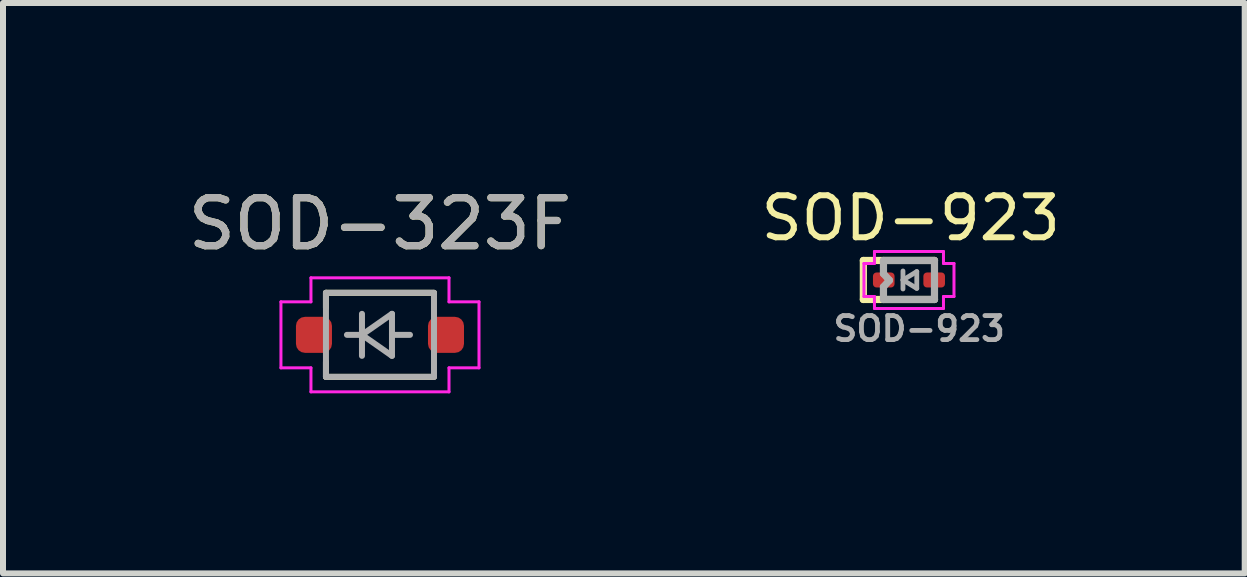
<source format=kicad_pcb>
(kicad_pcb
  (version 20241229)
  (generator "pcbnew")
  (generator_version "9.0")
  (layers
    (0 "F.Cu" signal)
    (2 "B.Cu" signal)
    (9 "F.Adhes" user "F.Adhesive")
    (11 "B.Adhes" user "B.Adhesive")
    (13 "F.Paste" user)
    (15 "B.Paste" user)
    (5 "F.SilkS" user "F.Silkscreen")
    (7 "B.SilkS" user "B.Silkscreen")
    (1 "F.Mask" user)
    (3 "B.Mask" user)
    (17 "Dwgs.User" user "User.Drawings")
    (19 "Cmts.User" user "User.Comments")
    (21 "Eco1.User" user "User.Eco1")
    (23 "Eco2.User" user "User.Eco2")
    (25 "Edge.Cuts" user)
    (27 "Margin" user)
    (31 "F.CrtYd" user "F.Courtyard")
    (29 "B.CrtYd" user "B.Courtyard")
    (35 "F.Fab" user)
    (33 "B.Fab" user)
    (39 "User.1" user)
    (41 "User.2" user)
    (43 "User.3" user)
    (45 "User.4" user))
  (footprint "SOD-323F"
    (layer "F.Cu")
    (at 3.281 2.529)
    (property "Reference" "SOD-323F" (at 0 -1.85 0) (layer "F.SilkS") (effects (font (size 0.8 0.8) (thickness 0.12))))
    (attr smd)
    (fp_line (start -0.9 -0.7) (end 0.9 -0.7) (stroke (width 0.1) (type solid)) (layer "F.SilkS"))
    (fp_line (start -0.9 -0.45) (end -0.9 -0.7) (stroke (width 0.1) (type solid)) (layer "F.SilkS"))
    (fp_line (start -0.9 0.7) (end -0.9 0.45) (stroke (width 0.1) (type solid)) (layer "F.SilkS"))
    (fp_line (start 0.9 0.7) (end -0.9 0.7) (stroke (width 0.1) (type solid)) (layer "F.SilkS"))
    (fp_line (start -1.65 -0.55) (end -1.15 -0.55) (stroke (width 0.05) (type solid)) (layer "F.CrtYd"))
    (fp_line (start -1.65 0.55) (end -1.65 -0.55) (stroke (width 0.05) (type solid)) (layer "F.CrtYd"))
    (fp_line (start -1.65 0.55) (end -1.15 0.55) (stroke (width 0.05) (type solid)) (layer "F.CrtYd"))
    (fp_line (start -1.15 -0.95) (end -1.15 -0.55) (stroke (width 0.05) (type solid)) (layer "F.CrtYd"))
    (fp_line (start -1.15 -0.95) (end 1.15 -0.95) (stroke (width 0.05) (type solid)) (layer "F.CrtYd"))
    (fp_line (start -1.15 0.95) (end -1.15 0.55) (stroke (width 0.05) (type solid)) (layer "F.CrtYd"))
    (fp_line (start 1.15 -0.95) (end 1.15 -0.55) (stroke (width 0.05) (type solid)) (layer "F.CrtYd"))
    (fp_line (start 1.15 0.95) (end -1.15 0.95) (stroke (width 0.05) (type solid)) (layer "F.CrtYd"))
    (fp_line (start 1.15 0.95) (end 1.15 0.55) (stroke (width 0.05) (type solid)) (layer "F.CrtYd"))
    (fp_line (start 1.65 -0.55) (end 1.15 -0.55) (stroke (width 0.05) (type solid)) (layer "F.CrtYd"))
    (fp_line (start 1.65 -0.55) (end 1.65 0.55) (stroke (width 0.05) (type solid)) (layer "F.CrtYd"))
    (fp_line (start 1.65 0.55) (end 1.15 0.55) (stroke (width 0.05) (type solid)) (layer "F.CrtYd"))
    (fp_line (start -0.9 -0.7) (end 0.9 -0.7) (stroke (width 0.1) (type solid)) (layer "F.Fab"))
    (fp_line (start -0.9 0.7) (end -0.9 -0.7) (stroke (width 0.1) (type solid)) (layer "F.Fab"))
    (fp_line (start -0.3 -0.35) (end -0.3 0.35) (stroke (width 0.1) (type solid)) (layer "F.Fab"))
    (fp_line (start -0.3 0) (end -0.55 0) (stroke (width 0.1) (type solid)) (layer "F.Fab"))
    (fp_line (start -0.3 0) (end 0.2 -0.35) (stroke (width 0.1) (type solid)) (layer "F.Fab"))
    (fp_line (start 0.2 -0.35) (end 0.2 0.35) (stroke (width 0.1) (type solid)) (layer "F.Fab"))
    (fp_line (start 0.2 0) (end 0.5 0) (stroke (width 0.1) (type solid)) (layer "F.Fab"))
    (fp_line (start 0.2 0.35) (end -0.3 0) (stroke (width 0.1) (type solid)) (layer "F.Fab"))
    (fp_line (start 0.9 -0.7) (end 0.9 0.7) (stroke (width 0.1) (type solid)) (layer "F.Fab"))
    (fp_line (start 0.9 0.7) (end -0.9 0.7) (stroke (width 0.1) (type solid)) (layer "F.Fab"))
    (fp_text user "${REFERENCE}" (at 0 -1.85 0) (layer "F.Fab") (effects (font (size 0.8 0.8) (thickness 0.12))))
    (pad "1" smd roundrect (at -1.1 0) (size 0.6 0.6) (layers "F.Cu" "F.Mask" "F.Paste") (roundrect_rratio 0.25))
    (pad "2" smd roundrect (at 1.1 0) (size 0.6 0.6) (layers "F.Cu" "F.Mask" "F.Paste") (roundrect_rratio 0.25)))
  (footprint "SOD-923"
    (layer "F.Cu")
    (at 12.095 1.615)
    (property "Reference" "SOD-923" (at 0.03 -1.03 0) (layer "F.SilkS") (effects (font (size 0.7 0.7) (thickness 0.1))))
    (attr smd)
    (fp_line (start -0.76 0.325) (end -0.76 -0.325) (stroke (width 0.12) (type solid)) (layer "F.SilkS"))
    (fp_line (start -0.76 0.325) (end 0.425 0.325) (stroke (width 0.12) (type solid)) (layer "F.SilkS"))
    (fp_line (start 0.425 -0.325) (end -0.76 -0.325) (stroke (width 0.12) (type solid)) (layer "F.SilkS"))
    (fp_line (start -0.75 -0.275) (end -0.575 -0.275) (stroke (width 0.05) (type solid)) (layer "F.CrtYd"))
    (fp_line (start -0.75 0.275) (end -0.75 -0.275) (stroke (width 0.05) (type solid)) (layer "F.CrtYd"))
    (fp_line (start -0.75 0.275) (end -0.575 0.275) (stroke (width 0.05) (type solid)) (layer "F.CrtYd"))
    (fp_line (start -0.575 -0.275) (end -0.575 -0.475) (stroke (width 0.05) (type solid)) (layer "F.CrtYd"))
    (fp_line (start -0.575 0.275) (end -0.575 0.475) (stroke (width 0.05) (type solid)) (layer "F.CrtYd"))
    (fp_line (start -0.575 0.475) (end 0.575 0.475) (stroke (width 0.05) (type solid)) (layer "F.CrtYd"))
    (fp_line (start 0.575 -0.475) (end -0.575 -0.475) (stroke (width 0.05) (type solid)) (layer "F.CrtYd"))
    (fp_line (start 0.575 -0.275) (end 0.575 -0.475) (stroke (width 0.05) (type solid)) (layer "F.CrtYd"))
    (fp_line (start 0.575 0.275) (end 0.575 0.475) (stroke (width 0.05) (type solid)) (layer "F.CrtYd"))
    (fp_line (start 0.75 -0.275) (end 0.575 -0.275) (stroke (width 0.05) (type solid)) (layer "F.CrtYd"))
    (fp_line (start 0.75 0.275) (end 0.575 0.275) (stroke (width 0.05) (type solid)) (layer "F.CrtYd"))
    (fp_line (start 0.75 0.275) (end 0.75 -0.275) (stroke (width 0.05) (type solid)) (layer "F.CrtYd"))
    (fp_line (start -0.425 -0.325) (end -0.425 -0.105) (stroke (width 0.12) (type solid)) (layer "F.Fab"))
    (fp_line (start -0.425 -0.105) (end -0.325 0.005) (stroke (width 0.12) (type solid)) (layer "F.Fab"))
    (fp_line (start -0.425 0.115) (end -0.425 0.325) (stroke (width 0.12) (type solid)) (layer "F.Fab"))
    (fp_line (start -0.425 0.325) (end 0.425 0.325) (stroke (width 0.12) (type solid)) (layer "F.Fab"))
    (fp_line (start -0.325 0.005) (end -0.425 0.115) (stroke (width 0.12) (type solid)) (layer "F.Fab"))
    (fp_line (start -0.1 0) (end 0.13 0.14) (stroke (width 0.08) (type solid)) (layer "F.Fab"))
    (fp_line (start -0.1 0.15) (end -0.1 -0.15) (stroke (width 0.08) (type solid)) (layer "F.Fab"))
    (fp_line (start 0.13 -0.14) (end -0.1 0) (stroke (width 0.08) (type solid)) (layer "F.Fab"))
    (fp_line (start 0.13 -0.14) (end 0.13 0.14) (stroke (width 0.08) (type solid)) (layer "F.Fab"))
    (fp_line (start 0.425 -0.325) (end -0.425 -0.325) (stroke (width 0.12) (type solid)) (layer "F.Fab"))
    (fp_line (start 0.425 0.325) (end 0.425 -0.325) (stroke (width 0.12) (type solid)) (layer "F.Fab"))
    (fp_text user "${REFERENCE}" (at 0.17 0.812 0) (layer "F.Fab") (effects (font (size 0.4 0.4) (thickness 0.08))))
    (pad "1" smd roundrect (at -0.42 0) (size 0.36 0.25) (layers "F.Cu" "F.Mask" "F.Paste") (roundrect_rratio 0.24))
    (pad "2" smd roundrect (at 0.42 0) (size 0.36 0.25) (layers "F.Cu" "F.Mask" "F.Paste") (roundrect_rratio 0.24)))
  (gr_rect
    (start -3 -3)
    (end 17.689 6.504)
    (stroke (width 0.1) (type default))
    (fill no)
    (layer "Edge.Cuts")))
</source>
